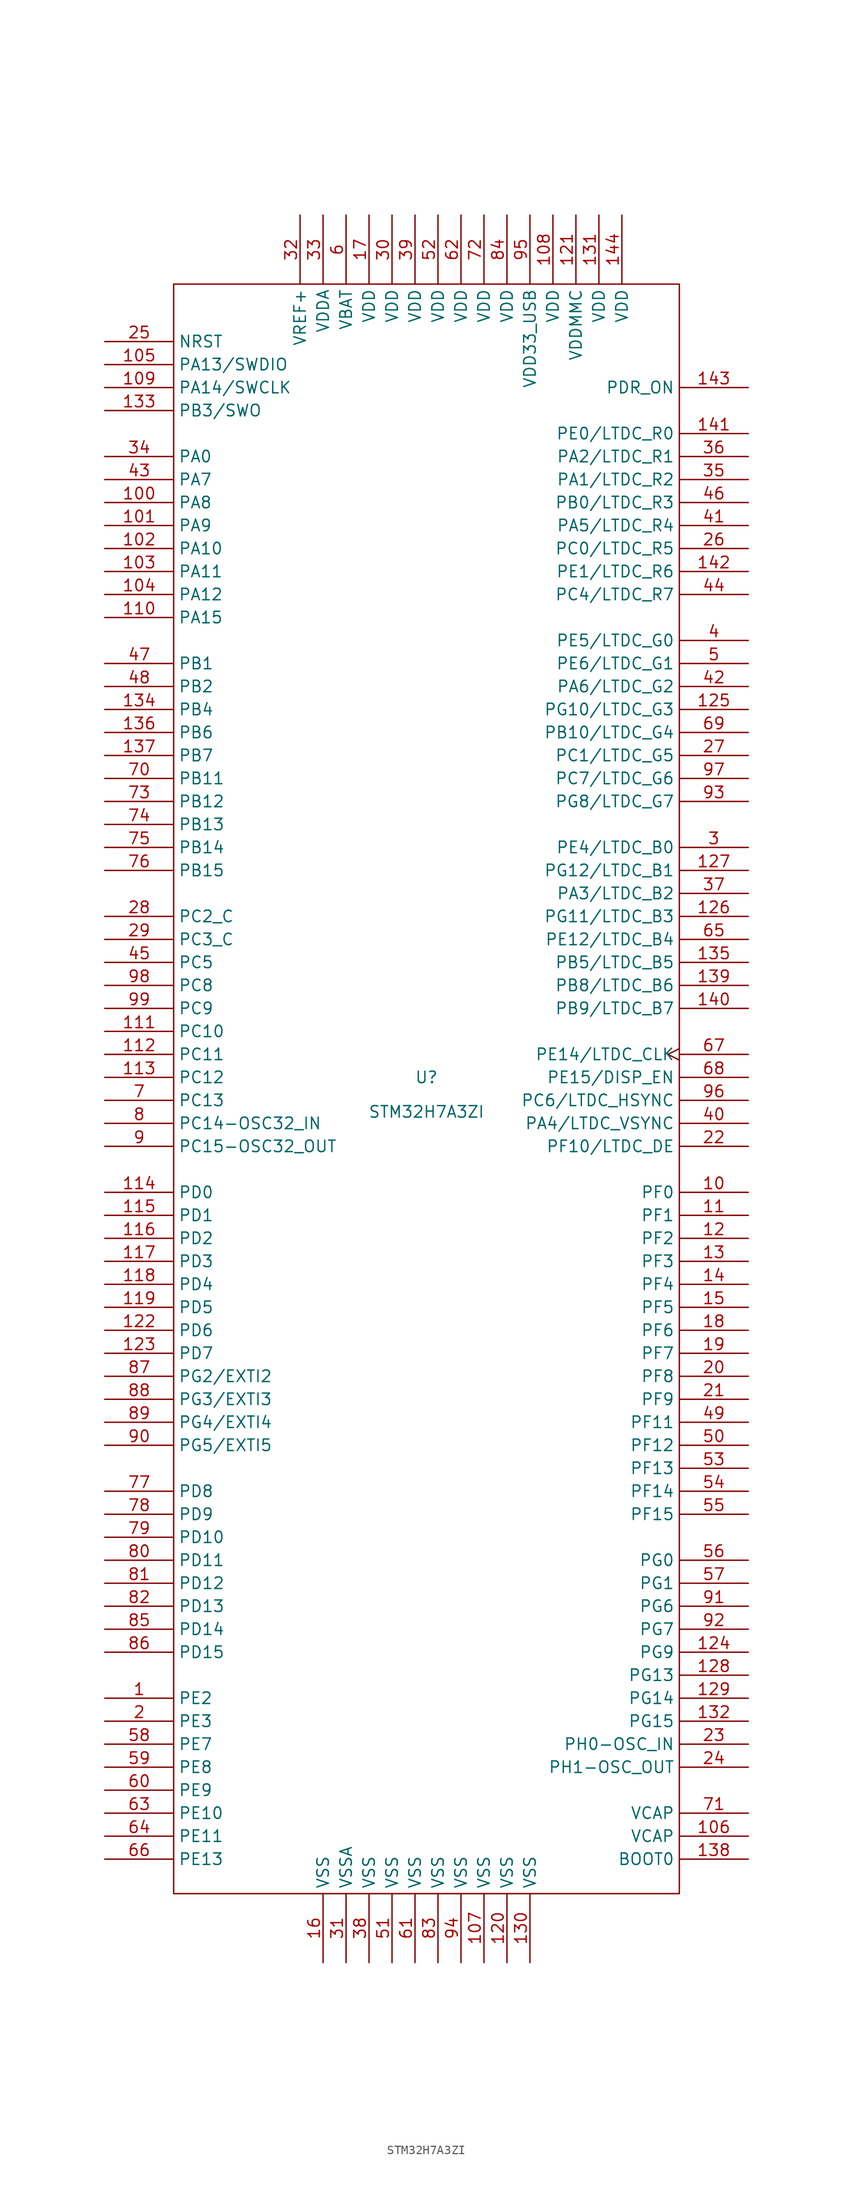
<source format=kicad_sym>
(kicad_symbol_lib
  (version 20200126)
  (host kicad_symbol_editor "(5.99.0-2195-g476558ece)")
  (symbol "STMicroelectronics:STM32H7A3ZI"
    (property "Reference" "U"
      (at 0 1.27 0)
      (effects (font (size 1.27 1.27))))
    (property "Value" "STM32H7A3ZI"
      (at 0 -2.54 0)
      (effects (font (size 1.27 1.27))))
    (symbol "STM32H7A3ZI_1_0"
      (rectangle (start -27.94 88.9) (end 27.94 -88.9) (stroke (width 0)) (fill (type none))))
    (symbol "STM32H7A3ZI_1_1"
      (pin input line (at -35.56 -67.31 0) (length 7.62) (name "PE2" (effects (font (size 1.27 1.27)))) (number "1" (effects (font (size 1.27 1.27)))))
      (pin input line (at 35.56 -11.43 180) (length 7.62) (name "PF0" (effects (font (size 1.27 1.27)))) (number "10" (effects (font (size 1.27 1.27)))))
      (pin input line (at -35.56 64.77 0) (length 7.62) (name "PA8" (effects (font (size 1.27 1.27)))) (number "100" (effects (font (size 1.27 1.27)))))
      (pin input line (at -35.56 62.23 0) (length 7.62) (name "PA9" (effects (font (size 1.27 1.27)))) (number "101" (effects (font (size 1.27 1.27)))))
      (pin input line (at -35.56 59.69 0) (length 7.62) (name "PA10" (effects (font (size 1.27 1.27)))) (number "102" (effects (font (size 1.27 1.27)))))
      (pin input line (at -35.56 57.15 0) (length 7.62) (name "PA11" (effects (font (size 1.27 1.27)))) (number "103" (effects (font (size 1.27 1.27)))))
      (pin input line (at -35.56 54.61 0) (length 7.62) (name "PA12" (effects (font (size 1.27 1.27)))) (number "104" (effects (font (size 1.27 1.27)))))
      (pin input line (at -35.56 80.01 0) (length 7.62) (name "PA13/SWDIO" (effects (font (size 1.27 1.27)))) (number "105" (effects (font (size 1.27 1.27)))))
      (pin power_in line (at 35.56 -82.55 180) (length 7.62) (name "VCAP" (effects (font (size 1.27 1.27)))) (number "106" (effects (font (size 1.27 1.27)))))
      (pin power_in line (at 6.35 -96.52 90) (length 7.62) (name "VSS" (effects (font (size 1.27 1.27)))) (number "107" (effects (font (size 1.27 1.27)))))
      (pin power_in line (at 13.97 96.52 270) (length 7.62) (name "VDD" (effects (font (size 1.27 1.27)))) (number "108" (effects (font (size 1.27 1.27)))))
      (pin input line (at -35.56 77.47 0) (length 7.62) (name "PA14/SWCLK" (effects (font (size 1.27 1.27)))) (number "109" (effects (font (size 1.27 1.27)))))
      (pin input line (at 35.56 -13.97 180) (length 7.62) (name "PF1" (effects (font (size 1.27 1.27)))) (number "11" (effects (font (size 1.27 1.27)))))
      (pin input line (at -35.56 52.07 0) (length 7.62) (name "PA15" (effects (font (size 1.27 1.27)))) (number "110" (effects (font (size 1.27 1.27)))))
      (pin input line (at -35.56 6.35 0) (length 7.62) (name "PC10" (effects (font (size 1.27 1.27)))) (number "111" (effects (font (size 1.27 1.27)))))
      (pin input line (at -35.56 3.81 0) (length 7.62) (name "PC11" (effects (font (size 1.27 1.27)))) (number "112" (effects (font (size 1.27 1.27)))))
      (pin input line (at -35.56 1.27 0) (length 7.62) (name "PC12" (effects (font (size 1.27 1.27)))) (number "113" (effects (font (size 1.27 1.27)))))
      (pin bidirectional line (at -35.56 -11.43 0) (length 7.62) (name "PD0" (effects (font (size 1.27 1.27)))) (number "114" (effects (font (size 1.27 1.27)))))
      (pin bidirectional line (at -35.56 -13.97 0) (length 7.62) (name "PD1" (effects (font (size 1.27 1.27)))) (number "115" (effects (font (size 1.27 1.27)))))
      (pin bidirectional line (at -35.56 -16.51 0) (length 7.62) (name "PD2" (effects (font (size 1.27 1.27)))) (number "116" (effects (font (size 1.27 1.27)))))
      (pin bidirectional line (at -35.56 -19.05 0) (length 7.62) (name "PD3" (effects (font (size 1.27 1.27)))) (number "117" (effects (font (size 1.27 1.27)))))
      (pin bidirectional line (at -35.56 -21.59 0) (length 7.62) (name "PD4" (effects (font (size 1.27 1.27)))) (number "118" (effects (font (size 1.27 1.27)))))
      (pin bidirectional line (at -35.56 -24.13 0) (length 7.62) (name "PD5" (effects (font (size 1.27 1.27)))) (number "119" (effects (font (size 1.27 1.27)))))
      (pin input line (at 35.56 -16.51 180) (length 7.62) (name "PF2" (effects (font (size 1.27 1.27)))) (number "12" (effects (font (size 1.27 1.27)))))
      (pin power_in line (at 8.89 -96.52 90) (length 7.62) (name "VSS" (effects (font (size 1.27 1.27)))) (number "120" (effects (font (size 1.27 1.27)))))
      (pin power_in line (at 16.51 96.52 270) (length 7.62) (name "VDDMMC" (effects (font (size 1.27 1.27)))) (number "121" (effects (font (size 1.27 1.27)))))
      (pin bidirectional line (at -35.56 -26.67 0) (length 7.62) (name "PD6" (effects (font (size 1.27 1.27)))) (number "122" (effects (font (size 1.27 1.27)))))
      (pin bidirectional line (at -35.56 -29.21 0) (length 7.62) (name "PD7" (effects (font (size 1.27 1.27)))) (number "123" (effects (font (size 1.27 1.27)))))
      (pin input line (at 35.56 -62.23 180) (length 7.62) (name "PG9" (effects (font (size 1.27 1.27)))) (number "124" (effects (font (size 1.27 1.27)))))
      (pin output line (at 35.56 41.91 180) (length 7.62) (name "PG10/LTDC_G3" (effects (font (size 1.27 1.27)))) (number "125" (effects (font (size 1.27 1.27)))))
      (pin output line (at 35.56 19.05 180) (length 7.62) (name "PG11/LTDC_B3" (effects (font (size 1.27 1.27)))) (number "126" (effects (font (size 1.27 1.27)))))
      (pin output line (at 35.56 24.13 180) (length 7.62) (name "PG12/LTDC_B1" (effects (font (size 1.27 1.27)))) (number "127" (effects (font (size 1.27 1.27)))))
      (pin input line (at 35.56 -64.77 180) (length 7.62) (name "PG13" (effects (font (size 1.27 1.27)))) (number "128" (effects (font (size 1.27 1.27)))))
      (pin input line (at 35.56 -67.31 180) (length 7.62) (name "PG14" (effects (font (size 1.27 1.27)))) (number "129" (effects (font (size 1.27 1.27)))))
      (pin input line (at 35.56 -19.05 180) (length 7.62) (name "PF3" (effects (font (size 1.27 1.27)))) (number "13" (effects (font (size 1.27 1.27)))))
      (pin power_in line (at 11.43 -96.52 90) (length 7.62) (name "VSS" (effects (font (size 1.27 1.27)))) (number "130" (effects (font (size 1.27 1.27)))))
      (pin power_in line (at 19.05 96.52 270) (length 7.62) (name "VDD" (effects (font (size 1.27 1.27)))) (number "131" (effects (font (size 1.27 1.27)))))
      (pin input line (at 35.56 -69.85 180) (length 7.62) (name "PG15" (effects (font (size 1.27 1.27)))) (number "132" (effects (font (size 1.27 1.27)))))
      (pin input line (at -35.56 74.93 0) (length 7.62) (name "PB3/SWO" (effects (font (size 1.27 1.27)))) (number "133" (effects (font (size 1.27 1.27)))))
      (pin input line (at -35.56 41.91 0) (length 7.62) (name "PB4" (effects (font (size 1.27 1.27)))) (number "134" (effects (font (size 1.27 1.27)))))
      (pin output line (at 35.56 13.97 180) (length 7.62) (name "PB5/LTDC_B5" (effects (font (size 1.27 1.27)))) (number "135" (effects (font (size 1.27 1.27)))))
      (pin input line (at -35.56 39.37 0) (length 7.62) (name "PB6" (effects (font (size 1.27 1.27)))) (number "136" (effects (font (size 1.27 1.27)))))
      (pin input line (at -35.56 36.83 0) (length 7.62) (name "PB7" (effects (font (size 1.27 1.27)))) (number "137" (effects (font (size 1.27 1.27)))))
      (pin input line (at 35.56 -85.09 180) (length 7.62) (name "BOOT0" (effects (font (size 1.27 1.27)))) (number "138" (effects (font (size 1.27 1.27)))))
      (pin output line (at 35.56 11.43 180) (length 7.62) (name "PB8/LTDC_B6" (effects (font (size 1.27 1.27)))) (number "139" (effects (font (size 1.27 1.27)))))
      (pin input line (at 35.56 -21.59 180) (length 7.62) (name "PF4" (effects (font (size 1.27 1.27)))) (number "14" (effects (font (size 1.27 1.27)))))
      (pin output line (at 35.56 8.89 180) (length 7.62) (name "PB9/LTDC_B7" (effects (font (size 1.27 1.27)))) (number "140" (effects (font (size 1.27 1.27)))))
      (pin output line (at 35.56 72.39 180) (length 7.62) (name "PE0/LTDC_R0" (effects (font (size 1.27 1.27)))) (number "141" (effects (font (size 1.27 1.27)))))
      (pin output line (at 35.56 57.15 180) (length 7.62) (name "PE1/LTDC_R6" (effects (font (size 1.27 1.27)))) (number "142" (effects (font (size 1.27 1.27)))))
      (pin input line (at 35.56 77.47 180) (length 7.62) (name "PDR_ON" (effects (font (size 1.27 1.27)))) (number "143" (effects (font (size 1.27 1.27)))))
      (pin power_in line (at 21.59 96.52 270) (length 7.62) (name "VDD" (effects (font (size 1.27 1.27)))) (number "144" (effects (font (size 1.27 1.27)))))
      (pin input line (at 35.56 -24.13 180) (length 7.62) (name "PF5" (effects (font (size 1.27 1.27)))) (number "15" (effects (font (size 1.27 1.27)))))
      (pin power_in line (at -11.43 -96.52 90) (length 7.62) (name "VSS" (effects (font (size 1.27 1.27)))) (number "16" (effects (font (size 1.27 1.27)))))
      (pin power_in line (at -6.35 96.52 270) (length 7.62) (name "VDD" (effects (font (size 1.27 1.27)))) (number "17" (effects (font (size 1.27 1.27)))))
      (pin input line (at 35.56 -26.67 180) (length 7.62) (name "PF6" (effects (font (size 1.27 1.27)))) (number "18" (effects (font (size 1.27 1.27)))))
      (pin input line (at 35.56 -29.21 180) (length 7.62) (name "PF7" (effects (font (size 1.27 1.27)))) (number "19" (effects (font (size 1.27 1.27)))))
      (pin input line (at -35.56 -69.85 0) (length 7.62) (name "PE3" (effects (font (size 1.27 1.27)))) (number "2" (effects (font (size 1.27 1.27)))))
      (pin input line (at 35.56 -31.75 180) (length 7.62) (name "PF8" (effects (font (size 1.27 1.27)))) (number "20" (effects (font (size 1.27 1.27)))))
      (pin input line (at 35.56 -34.29 180) (length 7.62) (name "PF9" (effects (font (size 1.27 1.27)))) (number "21" (effects (font (size 1.27 1.27)))))
      (pin output line (at 35.56 -6.35 180) (length 7.62) (name "PF10/LTDC_DE" (effects (font (size 1.27 1.27)))) (number "22" (effects (font (size 1.27 1.27)))))
      (pin input line (at 35.56 -72.39 180) (length 7.62) (name "PH0-OSC_IN" (effects (font (size 1.27 1.27)))) (number "23" (effects (font (size 1.27 1.27)))))
      (pin input line (at 35.56 -74.93 180) (length 7.62) (name "PH1-OSC_OUT" (effects (font (size 1.27 1.27)))) (number "24" (effects (font (size 1.27 1.27)))))
      (pin input line (at -35.56 82.55 0) (length 7.62) (name "NRST" (effects (font (size 1.27 1.27)))) (number "25" (effects (font (size 1.27 1.27)))))
      (pin output line (at 35.56 59.69 180) (length 7.62) (name "PC0/LTDC_R5" (effects (font (size 1.27 1.27)))) (number "26" (effects (font (size 1.27 1.27)))))
      (pin output line (at 35.56 36.83 180) (length 7.62) (name "PC1/LTDC_G5" (effects (font (size 1.27 1.27)))) (number "27" (effects (font (size 1.27 1.27)))))
      (pin input line (at -35.56 19.05 0) (length 7.62) (name "PC2_C" (effects (font (size 1.27 1.27)))) (number "28" (effects (font (size 1.27 1.27)))))
      (pin input line (at -35.56 16.51 0) (length 7.62) (name "PC3_C" (effects (font (size 1.27 1.27)))) (number "29" (effects (font (size 1.27 1.27)))))
      (pin output line (at 35.56 26.67 180) (length 7.62) (name "PE4/LTDC_B0" (effects (font (size 1.27 1.27)))) (number "3" (effects (font (size 1.27 1.27)))))
      (pin power_in line (at -3.81 96.52 270) (length 7.62) (name "VDD" (effects (font (size 1.27 1.27)))) (number "30" (effects (font (size 1.27 1.27)))))
      (pin power_in line (at -8.89 -96.52 90) (length 7.62) (name "VSSA" (effects (font (size 1.27 1.27)))) (number "31" (effects (font (size 1.27 1.27)))))
      (pin power_in line (at -13.97 96.52 270) (length 7.62) (name "VREF+" (effects (font (size 1.27 1.27)))) (number "32" (effects (font (size 1.27 1.27)))))
      (pin power_in line (at -11.43 96.52 270) (length 7.62) (name "VDDA" (effects (font (size 1.27 1.27)))) (number "33" (effects (font (size 1.27 1.27)))))
      (pin input line (at -35.56 69.85 0) (length 7.62) (name "PA0" (effects (font (size 1.27 1.27)))) (number "34" (effects (font (size 1.27 1.27)))))
      (pin output line (at 35.56 67.31 180) (length 7.62) (name "PA1/LTDC_R2" (effects (font (size 1.27 1.27)))) (number "35" (effects (font (size 1.27 1.27)))))
      (pin output line (at 35.56 69.85 180) (length 7.62) (name "PA2/LTDC_R1" (effects (font (size 1.27 1.27)))) (number "36" (effects (font (size 1.27 1.27)))))
      (pin output line (at 35.56 21.59 180) (length 7.62) (name "PA3/LTDC_B2" (effects (font (size 1.27 1.27)))) (number "37" (effects (font (size 1.27 1.27)))))
      (pin power_in line (at -6.35 -96.52 90) (length 7.62) (name "VSS" (effects (font (size 1.27 1.27)))) (number "38" (effects (font (size 1.27 1.27)))))
      (pin power_in line (at -1.27 96.52 270) (length 7.62) (name "VDD" (effects (font (size 1.27 1.27)))) (number "39" (effects (font (size 1.27 1.27)))))
      (pin output line (at 35.56 49.53 180) (length 7.62) (name "PE5/LTDC_G0" (effects (font (size 1.27 1.27)))) (number "4" (effects (font (size 1.27 1.27)))))
      (pin output line (at 35.56 -3.81 180) (length 7.62) (name "PA4/LTDC_VSYNC" (effects (font (size 1.27 1.27)))) (number "40" (effects (font (size 1.27 1.27)))))
      (pin output line (at 35.56 62.23 180) (length 7.62) (name "PA5/LTDC_R4" (effects (font (size 1.27 1.27)))) (number "41" (effects (font (size 1.27 1.27)))))
      (pin output line (at 35.56 44.45 180) (length 7.62) (name "PA6/LTDC_G2" (effects (font (size 1.27 1.27)))) (number "42" (effects (font (size 1.27 1.27)))))
      (pin input line (at -35.56 67.31 0) (length 7.62) (name "PA7" (effects (font (size 1.27 1.27)))) (number "43" (effects (font (size 1.27 1.27)))))
      (pin output line (at 35.56 54.61 180) (length 7.62) (name "PC4/LTDC_R7" (effects (font (size 1.27 1.27)))) (number "44" (effects (font (size 1.27 1.27)))))
      (pin input line (at -35.56 13.97 0) (length 7.62) (name "PC5" (effects (font (size 1.27 1.27)))) (number "45" (effects (font (size 1.27 1.27)))))
      (pin output line (at 35.56 64.77 180) (length 7.62) (name "PB0/LTDC_R3" (effects (font (size 1.27 1.27)))) (number "46" (effects (font (size 1.27 1.27)))))
      (pin input line (at -35.56 46.99 0) (length 7.62) (name "PB1" (effects (font (size 1.27 1.27)))) (number "47" (effects (font (size 1.27 1.27)))))
      (pin input line (at -35.56 44.45 0) (length 7.62) (name "PB2" (effects (font (size 1.27 1.27)))) (number "48" (effects (font (size 1.27 1.27)))))
      (pin input line (at 35.56 -36.83 180) (length 7.62) (name "PF11" (effects (font (size 1.27 1.27)))) (number "49" (effects (font (size 1.27 1.27)))))
      (pin output line (at 35.56 46.99 180) (length 7.62) (name "PE6/LTDC_G1" (effects (font (size 1.27 1.27)))) (number "5" (effects (font (size 1.27 1.27)))))
      (pin input line (at 35.56 -39.37 180) (length 7.62) (name "PF12" (effects (font (size 1.27 1.27)))) (number "50" (effects (font (size 1.27 1.27)))))
      (pin power_in line (at -3.81 -96.52 90) (length 7.62) (name "VSS" (effects (font (size 1.27 1.27)))) (number "51" (effects (font (size 1.27 1.27)))))
      (pin power_in line (at 1.27 96.52 270) (length 7.62) (name "VDD" (effects (font (size 1.27 1.27)))) (number "52" (effects (font (size 1.27 1.27)))))
      (pin input line (at 35.56 -41.91 180) (length 7.62) (name "PF13" (effects (font (size 1.27 1.27)))) (number "53" (effects (font (size 1.27 1.27)))))
      (pin input line (at 35.56 -44.45 180) (length 7.62) (name "PF14" (effects (font (size 1.27 1.27)))) (number "54" (effects (font (size 1.27 1.27)))))
      (pin input line (at 35.56 -46.99 180) (length 7.62) (name "PF15" (effects (font (size 1.27 1.27)))) (number "55" (effects (font (size 1.27 1.27)))))
      (pin input line (at 35.56 -52.07 180) (length 7.62) (name "PG0" (effects (font (size 1.27 1.27)))) (number "56" (effects (font (size 1.27 1.27)))))
      (pin input line (at 35.56 -54.61 180) (length 7.62) (name "PG1" (effects (font (size 1.27 1.27)))) (number "57" (effects (font (size 1.27 1.27)))))
      (pin input line (at -35.56 -72.39 0) (length 7.62) (name "PE7" (effects (font (size 1.27 1.27)))) (number "58" (effects (font (size 1.27 1.27)))))
      (pin input line (at -35.56 -74.93 0) (length 7.62) (name "PE8" (effects (font (size 1.27 1.27)))) (number "59" (effects (font (size 1.27 1.27)))))
      (pin power_in line (at -8.89 96.52 270) (length 7.62) (name "VBAT" (effects (font (size 1.27 1.27)))) (number "6" (effects (font (size 1.27 1.27)))))
      (pin input line (at -35.56 -77.47 0) (length 7.62) (name "PE9" (effects (font (size 1.27 1.27)))) (number "60" (effects (font (size 1.27 1.27)))))
      (pin power_in line (at -1.27 -96.52 90) (length 7.62) (name "VSS" (effects (font (size 1.27 1.27)))) (number "61" (effects (font (size 1.27 1.27)))))
      (pin power_in line (at 3.81 96.52 270) (length 7.62) (name "VDD" (effects (font (size 1.27 1.27)))) (number "62" (effects (font (size 1.27 1.27)))))
      (pin input line (at -35.56 -80.01 0) (length 7.62) (name "PE10" (effects (font (size 1.27 1.27)))) (number "63" (effects (font (size 1.27 1.27)))))
      (pin input line (at -35.56 -82.55 0) (length 7.62) (name "PE11" (effects (font (size 1.27 1.27)))) (number "64" (effects (font (size 1.27 1.27)))))
      (pin output line (at 35.56 16.51 180) (length 7.62) (name "PE12/LTDC_B4" (effects (font (size 1.27 1.27)))) (number "65" (effects (font (size 1.27 1.27)))))
      (pin input line (at -35.56 -85.09 0) (length 7.62) (name "PE13" (effects (font (size 1.27 1.27)))) (number "66" (effects (font (size 1.27 1.27)))))
      (pin output clock (at 35.56 3.81 180) (length 7.62) (name "PE14/LTDC_CLK" (effects (font (size 1.27 1.27)))) (number "67" (effects (font (size 1.27 1.27)))))
      (pin input line (at 35.56 1.27 180) (length 7.62) (name "PE15/DISP_EN" (effects (font (size 1.27 1.27)))) (number "68" (effects (font (size 1.27 1.27)))))
      (pin output line (at 35.56 39.37 180) (length 7.62) (name "PB10/LTDC_G4" (effects (font (size 1.27 1.27)))) (number "69" (effects (font (size 1.27 1.27)))))
      (pin input line (at -35.56 -1.27 0) (length 7.62) (name "PC13" (effects (font (size 1.27 1.27)))) (number "7" (effects (font (size 1.27 1.27)))))
      (pin input line (at -35.56 34.29 0) (length 7.62) (name "PB11" (effects (font (size 1.27 1.27)))) (number "70" (effects (font (size 1.27 1.27)))))
      (pin power_in line (at 35.56 -80.01 180) (length 7.62) (name "VCAP" (effects (font (size 1.27 1.27)))) (number "71" (effects (font (size 1.27 1.27)))))
      (pin power_in line (at 6.35 96.52 270) (length 7.62) (name "VDD" (effects (font (size 1.27 1.27)))) (number "72" (effects (font (size 1.27 1.27)))))
      (pin input line (at -35.56 31.75 0) (length 7.62) (name "PB12" (effects (font (size 1.27 1.27)))) (number "73" (effects (font (size 1.27 1.27)))))
      (pin input line (at -35.56 29.21 0) (length 7.62) (name "PB13" (effects (font (size 1.27 1.27)))) (number "74" (effects (font (size 1.27 1.27)))))
      (pin input line (at -35.56 26.67 0) (length 7.62) (name "PB14" (effects (font (size 1.27 1.27)))) (number "75" (effects (font (size 1.27 1.27)))))
      (pin input line (at -35.56 24.13 0) (length 7.62) (name "PB15" (effects (font (size 1.27 1.27)))) (number "76" (effects (font (size 1.27 1.27)))))
      (pin input line (at -35.56 -44.45 0) (length 7.62) (name "PD8" (effects (font (size 1.27 1.27)))) (number "77" (effects (font (size 1.27 1.27)))))
      (pin input line (at -35.56 -46.99 0) (length 7.62) (name "PD9" (effects (font (size 1.27 1.27)))) (number "78" (effects (font (size 1.27 1.27)))))
      (pin input line (at -35.56 -49.53 0) (length 7.62) (name "PD10" (effects (font (size 1.27 1.27)))) (number "79" (effects (font (size 1.27 1.27)))))
      (pin input line (at -35.56 -3.81 0) (length 7.62) (name "PC14-OSC32_IN" (effects (font (size 1.27 1.27)))) (number "8" (effects (font (size 1.27 1.27)))))
      (pin input line (at -35.56 -52.07 0) (length 7.62) (name "PD11" (effects (font (size 1.27 1.27)))) (number "80" (effects (font (size 1.27 1.27)))))
      (pin input line (at -35.56 -54.61 0) (length 7.62) (name "PD12" (effects (font (size 1.27 1.27)))) (number "81" (effects (font (size 1.27 1.27)))))
      (pin input line (at -35.56 -57.15 0) (length 7.62) (name "PD13" (effects (font (size 1.27 1.27)))) (number "82" (effects (font (size 1.27 1.27)))))
      (pin power_in line (at 1.27 -96.52 90) (length 7.62) (name "VSS" (effects (font (size 1.27 1.27)))) (number "83" (effects (font (size 1.27 1.27)))))
      (pin power_in line (at 8.89 96.52 270) (length 7.62) (name "VDD" (effects (font (size 1.27 1.27)))) (number "84" (effects (font (size 1.27 1.27)))))
      (pin input line (at -35.56 -59.69 0) (length 7.62) (name "PD14" (effects (font (size 1.27 1.27)))) (number "85" (effects (font (size 1.27 1.27)))))
      (pin input line (at -35.56 -62.23 0) (length 7.62) (name "PD15" (effects (font (size 1.27 1.27)))) (number "86" (effects (font (size 1.27 1.27)))))
      (pin input line (at -35.56 -31.75 0) (length 7.62) (name "PG2/EXTI2" (effects (font (size 1.27 1.27)))) (number "87" (effects (font (size 1.27 1.27)))))
      (pin input line (at -35.56 -34.29 0) (length 7.62) (name "PG3/EXTI3" (effects (font (size 1.27 1.27)))) (number "88" (effects (font (size 1.27 1.27)))))
      (pin input line (at -35.56 -36.83 0) (length 7.62) (name "PG4/EXTI4" (effects (font (size 1.27 1.27)))) (number "89" (effects (font (size 1.27 1.27)))))
      (pin input line (at -35.56 -6.35 0) (length 7.62) (name "PC15-OSC32_OUT" (effects (font (size 1.27 1.27)))) (number "9" (effects (font (size 1.27 1.27)))))
      (pin input line (at -35.56 -39.37 0) (length 7.62) (name "PG5/EXTI5" (effects (font (size 1.27 1.27)))) (number "90" (effects (font (size 1.27 1.27)))))
      (pin input line (at 35.56 -57.15 180) (length 7.62) (name "PG6" (effects (font (size 1.27 1.27)))) (number "91" (effects (font (size 1.27 1.27)))))
      (pin input line (at 35.56 -59.69 180) (length 7.62) (name "PG7" (effects (font (size 1.27 1.27)))) (number "92" (effects (font (size 1.27 1.27)))))
      (pin output line (at 35.56 31.75 180) (length 7.62) (name "PG8/LTDC_G7" (effects (font (size 1.27 1.27)))) (number "93" (effects (font (size 1.27 1.27)))))
      (pin power_in line (at 3.81 -96.52 90) (length 7.62) (name "VSS" (effects (font (size 1.27 1.27)))) (number "94" (effects (font (size 1.27 1.27)))))
      (pin power_in line (at 11.43 96.52 270) (length 7.62) (name "VDD33_USB" (effects (font (size 1.27 1.27)))) (number "95" (effects (font (size 1.27 1.27)))))
      (pin output line (at 35.56 -1.27 180) (length 7.62) (name "PC6/LTDC_HSYNC" (effects (font (size 1.27 1.27)))) (number "96" (effects (font (size 1.27 1.27)))))
      (pin output line (at 35.56 34.29 180) (length 7.62) (name "PC7/LTDC_G6" (effects (font (size 1.27 1.27)))) (number "97" (effects (font (size 1.27 1.27)))))
      (pin input line (at -35.56 11.43 0) (length 7.62) (name "PC8" (effects (font (size 1.27 1.27)))) (number "98" (effects (font (size 1.27 1.27)))))
      (pin input line (at -35.56 8.89 0) (length 7.62) (name "PC9" (effects (font (size 1.27 1.27)))) (number "99" (effects (font (size 1.27 1.27))))))))
</source>
